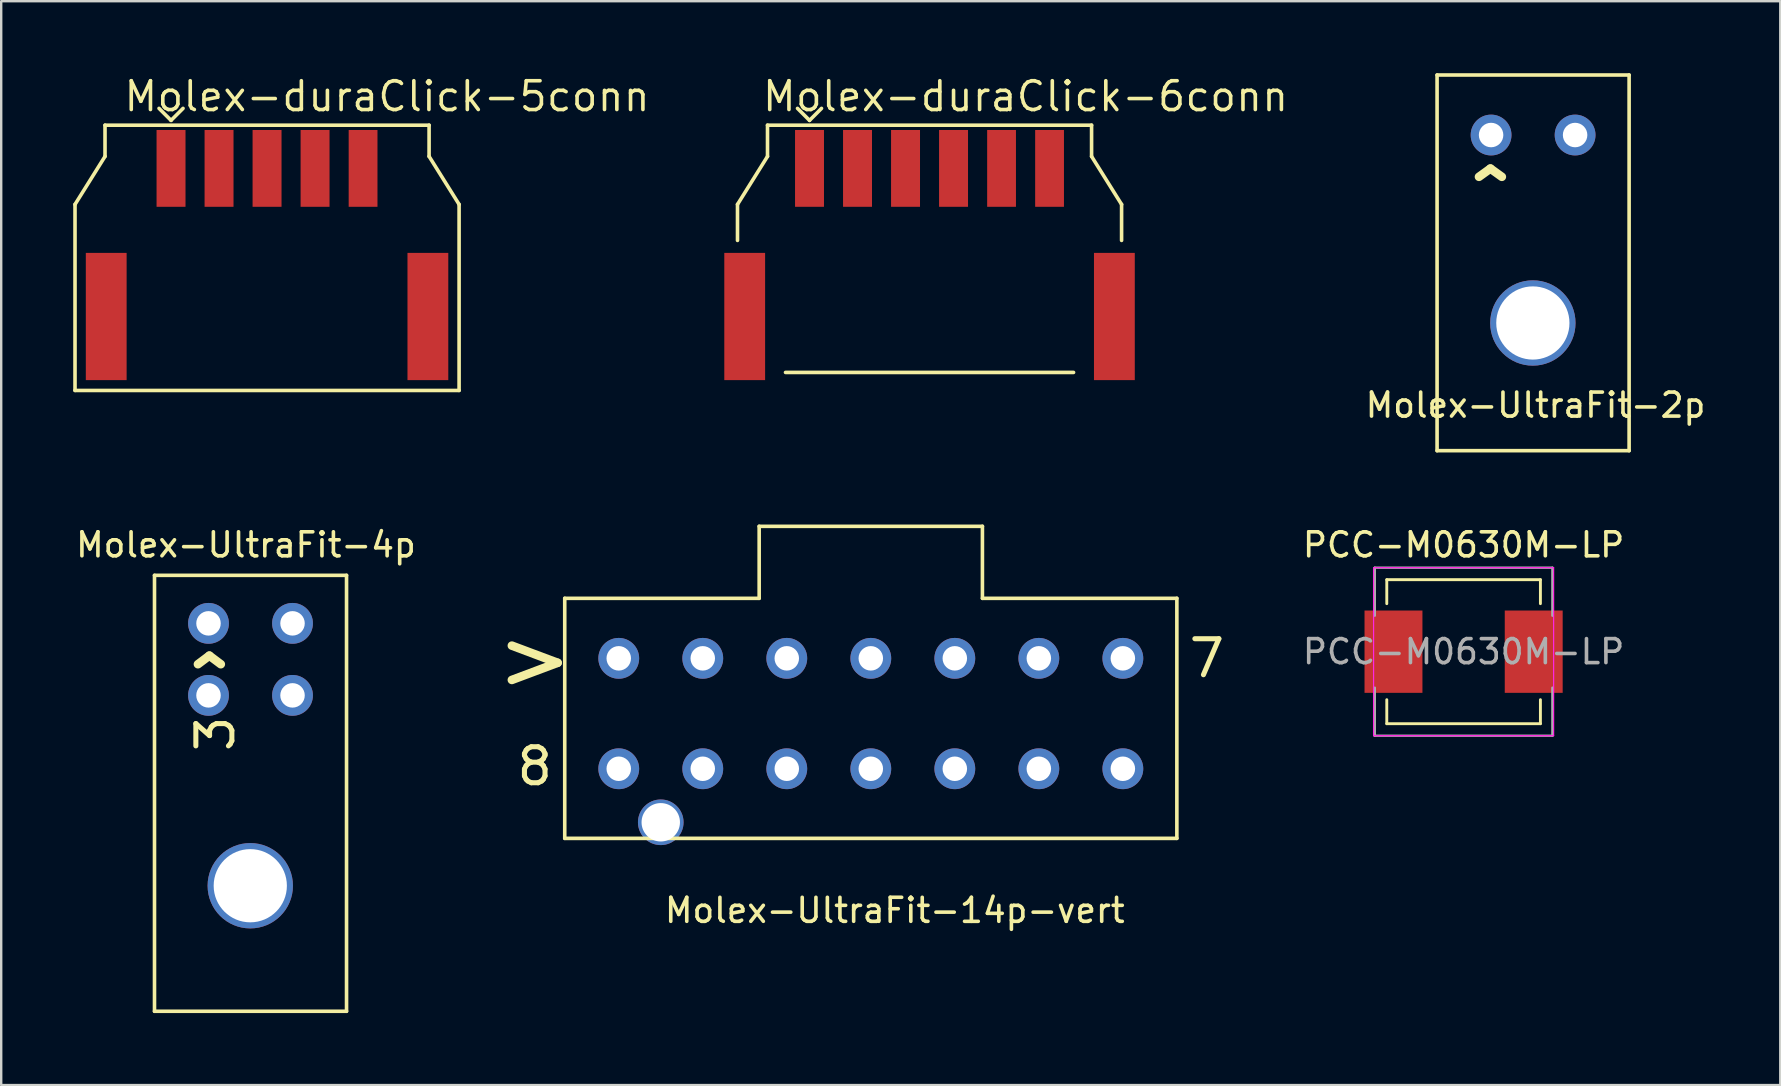
<source format=kicad_pcb>
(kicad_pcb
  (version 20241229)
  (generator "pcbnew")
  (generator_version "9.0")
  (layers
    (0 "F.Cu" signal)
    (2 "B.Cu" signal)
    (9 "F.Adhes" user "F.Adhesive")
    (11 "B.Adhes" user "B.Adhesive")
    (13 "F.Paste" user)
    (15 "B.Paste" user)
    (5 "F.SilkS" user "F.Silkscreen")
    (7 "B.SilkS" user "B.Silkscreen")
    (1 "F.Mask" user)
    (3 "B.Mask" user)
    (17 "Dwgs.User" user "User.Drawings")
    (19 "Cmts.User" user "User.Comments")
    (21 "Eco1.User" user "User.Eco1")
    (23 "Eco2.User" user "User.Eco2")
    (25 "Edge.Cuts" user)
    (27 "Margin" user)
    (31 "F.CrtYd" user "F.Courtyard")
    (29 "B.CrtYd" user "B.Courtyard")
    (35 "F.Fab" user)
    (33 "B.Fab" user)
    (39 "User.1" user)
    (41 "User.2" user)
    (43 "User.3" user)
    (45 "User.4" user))
  (footprint "Molex-duraClick-5conn"
    (layer "F.Cu")
    (at 8.075 3.965)
    (property "Reference" "Molex-duraClick-5conn" (at 5 -3 0) (layer "F.SilkS") (effects (font (size 1.2 1.2) (thickness 0.15))))
    (attr through_hole)
    (fp_line (start -8 1.5) (end -8 9.25) (stroke (width 0.15) (type solid)) (layer "F.SilkS"))
    (fp_line (start -8 9.25) (end 8 9.25) (stroke (width 0.15) (type solid)) (layer "F.SilkS"))
    (fp_line (start -6.75 -1.8) (end -6.75 -0.5) (stroke (width 0.15) (type solid)) (layer "F.SilkS"))
    (fp_line (start -6.75 -0.5) (end -8 1.5) (stroke (width 0.15) (type solid)) (layer "F.SilkS"))
    (fp_line (start -4.5 -2.5) (end -4 -2) (stroke (width 0.15) (type solid)) (layer "F.SilkS"))
    (fp_line (start -4 -2) (end -3.5 -2.5) (stroke (width 0.15) (type solid)) (layer "F.SilkS"))
    (fp_line (start 6.75 -1.8) (end -6.75 -1.8) (stroke (width 0.15) (type solid)) (layer "F.SilkS"))
    (fp_line (start 6.75 -0.5) (end 6.75 -1.8) (stroke (width 0.15) (type solid)) (layer "F.SilkS"))
    (fp_line (start 8 1.5) (end 6.75 -0.5) (stroke (width 0.15) (type solid)) (layer "F.SilkS"))
    (fp_line (start 8 9.25) (end 8 1.5) (stroke (width 0.15) (type solid)) (layer "F.SilkS"))
    (pad "0" smd rect (at -6.7 6.17) (size 1.7 5.3) (layers "F.Cu" "F.Mask" "F.Paste"))
    (pad "0" smd rect (at 6.7 6.17) (size 1.7 5.3) (layers "F.Cu" "F.Mask" "F.Paste"))
    (pad "1" smd rect (at -4 0) (size 1.206 3.2) (layers "F.Cu" "F.Mask" "F.Paste"))
    (pad "2" smd rect (at -2 0) (size 1.206 3.2) (layers "F.Cu" "F.Mask" "F.Paste"))
    (pad "3" smd rect (at -0.000002 0) (size 1.206 3.2) (layers "F.Cu" "F.Mask" "F.Paste"))
    (pad "4" smd rect (at 2 0) (size 1.206 3.2) (layers "F.Cu" "F.Mask" "F.Paste"))
    (pad "5" smd rect (at 4 0) (size 1.2 3.2) (layers "F.Cu" "F.Mask" "F.Paste")))
  (footprint "Molex-UltraFit-4p"
    (layer "F.Cu")
    (at 3.386 20.918)
    (property "Reference" "Molex-UltraFit-4p" (at 3.81 -1.27 0) (layer "F.SilkS") (effects (font (size 1 1) (thickness 0.15))))
    (attr through_hole)
    (fp_line (start 0 0) (end 0 18.16) (stroke (width 0.15) (type solid)) (layer "F.SilkS"))
    (fp_line (start 0 0) (end 8 0) (stroke (width 0.15) (type solid)) (layer "F.SilkS"))
    (fp_line (start 0 18.16) (end 8 18.16) (stroke (width 0.15) (type solid)) (layer "F.SilkS"))
    (fp_line (start 8 0) (end 8 18.16) (stroke (width 0.15) (type solid)) (layer "F.SilkS"))
    (fp_text user "3" (at 2.54 6.604 90) (layer "F.SilkS") (effects (font (size 1.5 1.5) (thickness 0.21))))
    (fp_text user "^" (at 2.286 4.826 0) (layer "F.SilkS") (effects (font (size 2.5 2.5) (thickness 0.357))))
    (pad "" thru_hole circle (at 3.99 12.93) (size 3.556 3.556) (drill 3.05) (layers "*.Cu" "*.Mask"))
    (pad "1" thru_hole circle (at 2.25 2) (size 1.7 1.7) (drill 1.02) (layers "*.Cu" "*.Mask"))
    (pad "2" thru_hole circle (at 5.75 2) (size 1.7 1.7) (drill 1.02) (layers "*.Cu" "*.Mask"))
    (pad "3" thru_hole circle (at 2.25 5) (size 1.7 1.7) (drill 1.02) (layers "*.Cu" "*.Mask"))
    (pad "4" thru_hole circle (at 5.75 5) (size 1.7 1.7) (drill 1.02) (layers "*.Cu" "*.Mask")))
  (footprint "Molex-UltraFit-14p-vert"
    (layer "F.Cu")
    (at 33.226 24.375)
    (property "Reference" "Molex-UltraFit-14p-vert" (at 1 10.5 0) (layer "F.SilkS") (effects (font (size 1 1) (thickness 0.15))))
    (attr through_hole)
    (fp_line (start -12.75 -2.5) (end -12.75 7.5) (stroke (width 0.15) (type solid)) (layer "F.SilkS"))
    (fp_line (start -12.75 7.5) (end 12.75 7.5) (stroke (width 0.15) (type solid)) (layer "F.SilkS"))
    (fp_line (start -4.65 -5.5) (end 4.65 -5.5) (stroke (width 0.15) (type solid)) (layer "F.SilkS"))
    (fp_line (start -4.65 -2.5) (end -12.75 -2.5) (stroke (width 0.15) (type solid)) (layer "F.SilkS"))
    (fp_line (start -4.65 -2.5) (end -4.65 -5.5) (stroke (width 0.15) (type solid)) (layer "F.SilkS"))
    (fp_line (start 4.65 -2.5) (end 4.65 -5.5) (stroke (width 0.15) (type solid)) (layer "F.SilkS"))
    (fp_line (start 12.75 -2.5) (end 4.65 -2.5) (stroke (width 0.15) (type solid)) (layer "F.SilkS"))
    (fp_line (start 12.75 7.5) (end 12.75 -2.5) (stroke (width 0.15) (type solid)) (layer "F.SilkS"))
    (fp_text user "7" (at 14 0 180) (layer "F.SilkS") (effects (font (size 1.5 1.5) (thickness 0.21))))
    (fp_text user ">" (at -14 0 180) (layer "F.SilkS") (effects (font (size 2.5 2.5) (thickness 0.357))))
    (fp_text user "8" (at -14 4.5 180) (layer "F.SilkS") (effects (font (size 1.5 1.5) (thickness 0.21))))
    (pad "1" thru_hole circle (at -10.5 0) (size 1.7 1.7) (drill 1.02) (layers "*.Cu" "*.Mask"))
    (pad "2" thru_hole circle (at -7 0) (size 1.7 1.7) (drill 1.02) (layers "*.Cu" "*.Mask"))
    (pad "3" thru_hole circle (at -3.5 0) (size 1.7 1.7) (drill 1.02) (layers "*.Cu" "*.Mask"))
    (pad "4" thru_hole circle (at 0 0) (size 1.7 1.7) (drill 1.02) (layers "*.Cu" "*.Mask"))
    (pad "5" thru_hole circle (at 3.5 0) (size 1.7 1.7) (drill 1.02) (layers "*.Cu" "*.Mask"))
    (pad "6" thru_hole circle (at 7 0) (size 1.7 1.7) (drill 1.02) (layers "*.Cu" "*.Mask"))
    (pad "7" thru_hole circle (at 10.5 0) (size 1.7 1.7) (drill 1.02) (layers "*.Cu" "*.Mask"))
    (pad "8" thru_hole circle (at -10.5 4.6) (size 1.7 1.7) (drill 1.02) (layers "*.Cu" "*.Mask"))
    (pad "9" thru_hole circle (at -7 4.6) (size 1.7 1.7) (drill 1.02) (layers "*.Cu" "*.Mask"))
    (pad "10" thru_hole circle (at -3.5 4.6) (size 1.7 1.7) (drill 1.02) (layers "*.Cu" "*.Mask"))
    (pad "11" thru_hole circle (at 0 4.6) (size 1.7 1.7) (drill 1.02) (layers "*.Cu" "*.Mask"))
    (pad "12" thru_hole circle (at 3.5 4.6) (size 1.7 1.7) (drill 1.02) (layers "*.Cu" "*.Mask"))
    (pad "13" thru_hole circle (at 7 4.6) (size 1.7 1.7) (drill 1.02) (layers "*.Cu" "*.Mask"))
    (pad "14" thru_hole circle (at 10.5 4.6) (size 1.7 1.7) (drill 1.02) (layers "*.Cu" "*.Mask"))
    (pad "~" thru_hole circle (at -8.75 6.83) (size 1.9 1.9) (drill 1.6) (layers "*.Cu" "*.Mask")))
  (footprint "PCC-M0630M-LP"
    (layer "F.Cu")
    (at 57.921 24.098)
    (property "Reference" "PCC-M0630M-LP" (at 0 -4.45 0) (layer "F.SilkS") (effects (font (size 1 1) (thickness 0.15))))
    (attr smd)
    (fp_line (start -3.2 -3) (end 3.2 -3) (stroke (width 0.12) (type solid)) (layer "F.SilkS"))
    (fp_line (start -3.2 -2) (end -3.2 -3) (stroke (width 0.12) (type solid)) (layer "F.SilkS"))
    (fp_line (start -3.2 3) (end -3.2 2) (stroke (width 0.12) (type solid)) (layer "F.SilkS"))
    (fp_line (start 3.2 -3) (end 3.2 -2) (stroke (width 0.12) (type solid)) (layer "F.SilkS"))
    (fp_line (start 3.2 2) (end 3.2 3) (stroke (width 0.12) (type solid)) (layer "F.SilkS"))
    (fp_line (start 3.2 3) (end -3.2 3) (stroke (width 0.12) (type solid)) (layer "F.SilkS"))
    (fp_line (start -3.75 -3.5) (end -3.75 3.5) (stroke (width 0.05) (type solid)) (layer "F.CrtYd"))
    (fp_line (start -3.75 3.5) (end 3.75 3.5) (stroke (width 0.05) (type solid)) (layer "F.CrtYd"))
    (fp_line (start 3.75 -3.5) (end -3.75 -3.5) (stroke (width 0.05) (type solid)) (layer "F.CrtYd"))
    (fp_line (start 3.75 3.5) (end 3.75 -3.5) (stroke (width 0.05) (type solid)) (layer "F.CrtYd"))
    (fp_line (start -3.7 -3.5) (end -3.7 -1.5) (stroke (width 0.1) (type solid)) (layer "F.Fab"))
    (fp_line (start -3.7 -3.5) (end 3.7 -3.5) (stroke (width 0.1) (type solid)) (layer "F.Fab"))
    (fp_line (start -3.7 3.5) (end -3.7 1.5) (stroke (width 0.1) (type solid)) (layer "F.Fab"))
    (fp_line (start -3.7 3.5) (end 3.7 3.5) (stroke (width 0.1) (type solid)) (layer "F.Fab"))
    (fp_line (start 3.7 -3.5) (end 3.7 -1.5) (stroke (width 0.1) (type solid)) (layer "F.Fab"))
    (fp_line (start 3.7 3.5) (end 3.7 1.5) (stroke (width 0.1) (type solid)) (layer "F.Fab"))
    (fp_text user "${REFERENCE}" (at 0 0 0) (layer "F.Fab") (effects (font (size 1 1) (thickness 0.15))))
    (pad "1" smd rect (at -2.921 0) (size 2.413 3.429) (layers "F.Cu" "F.Mask" "F.Paste"))
    (pad "2" smd rect (at 2.921 0) (size 2.413 3.429) (layers "F.Cu" "F.Mask" "F.Paste")))
  (footprint "Molex-UltraFit-2p"
    (layer "F.Cu")
    (at 60.816 10.475)
    (property "Reference" "Molex-UltraFit-2p" (at 0.102 3.353 0) (layer "F.SilkS") (effects (font (size 1 1) (thickness 0.15))))
    (attr through_hole)
    (fp_line (start -4 -10.4) (end -4 5.25) (stroke (width 0.15) (type solid)) (layer "F.SilkS"))
    (fp_line (start -4 -10.4) (end 4 -10.4) (stroke (width 0.15) (type solid)) (layer "F.SilkS"))
    (fp_line (start -4 5.25) (end 4 5.25) (stroke (width 0.15) (type solid)) (layer "F.SilkS"))
    (fp_line (start 4 -10.4) (end 4 5.25) (stroke (width 0.15) (type solid)) (layer "F.SilkS"))
    (fp_text user "^" (at -1.778 -5.08 0) (layer "F.SilkS") (effects (font (size 2.4 2.5) (thickness 0.357))))
    (pad "" thru_hole circle (at -0.01 -0.07) (size 3.556 3.556) (drill 3.05) (layers "*.Cu" "*.Mask"))
    (pad "1" thru_hole circle (at -1.75 -7.9) (size 1.7 1.7) (drill 1.02) (layers "*.Cu" "*.Mask"))
    (pad "2" thru_hole circle (at 1.75 -7.9) (size 1.7 1.7) (drill 1.02) (layers "*.Cu" "*.Mask")))
  (footprint "Molex-duraClick-6conn"
    (layer "F.Cu")
    (at 35.673 3.965)
    (property "Reference" "Molex-duraClick-6conn" (at 4 -3 0) (layer "F.SilkS") (effects (font (size 1.2 1.2) (thickness 0.15))))
    (attr through_hole)
    (fp_line (start -8 1.5) (end -8 3) (stroke (width 0.15) (type solid)) (layer "F.SilkS"))
    (fp_line (start -6.75 -1.8) (end -6.75 -0.5) (stroke (width 0.15) (type solid)) (layer "F.SilkS"))
    (fp_line (start -6.75 -0.5) (end -8 1.5) (stroke (width 0.15) (type solid)) (layer "F.SilkS"))
    (fp_line (start -6 8.5) (end 6 8.5) (stroke (width 0.15) (type solid)) (layer "F.SilkS"))
    (fp_line (start -5.5 -2.5) (end -5 -2) (stroke (width 0.15) (type solid)) (layer "F.SilkS"))
    (fp_line (start -5 -2) (end -4.5 -2.5) (stroke (width 0.15) (type solid)) (layer "F.SilkS"))
    (fp_line (start 6.75 -1.8) (end -6.75 -1.8) (stroke (width 0.15) (type solid)) (layer "F.SilkS"))
    (fp_line (start 6.75 -0.5) (end 6.75 -1.8) (stroke (width 0.15) (type solid)) (layer "F.SilkS"))
    (fp_line (start 8 1.5) (end 6.75 -0.5) (stroke (width 0.15) (type solid)) (layer "F.SilkS"))
    (fp_line (start 8 3) (end 8 1.5) (stroke (width 0.15) (type solid)) (layer "F.SilkS"))
    (pad "0" smd rect (at -7.7 6.17) (size 1.7 5.3) (layers "F.Cu" "F.Mask" "F.Paste"))
    (pad "0" smd rect (at 7.7 6.17) (size 1.7 5.3) (layers "F.Cu" "F.Mask" "F.Paste"))
    (pad "1" smd rect (at -5 0) (size 1.206 3.2) (layers "F.Cu" "F.Mask" "F.Paste"))
    (pad "2" smd rect (at -3 0) (size 1.206 3.2) (layers "F.Cu" "F.Mask" "F.Paste"))
    (pad "3" smd rect (at -1 0) (size 1.206 3.2) (layers "F.Cu" "F.Mask" "F.Paste"))
    (pad "4" smd rect (at 1 0) (size 1.206 3.2) (layers "F.Cu" "F.Mask" "F.Paste"))
    (pad "5" smd rect (at 3 0) (size 1.2 3.2) (layers "F.Cu" "F.Mask" "F.Paste"))
    (pad "6" smd rect (at 5 0) (size 1.2 3.2) (layers "F.Cu" "F.Mask" "F.Paste")))
  (gr_rect
    (start -3 -3)
    (end 71.114 42.153)
    (stroke (width 0.1) (type default))
    (fill no)
    (layer "Edge.Cuts")))
</source>
